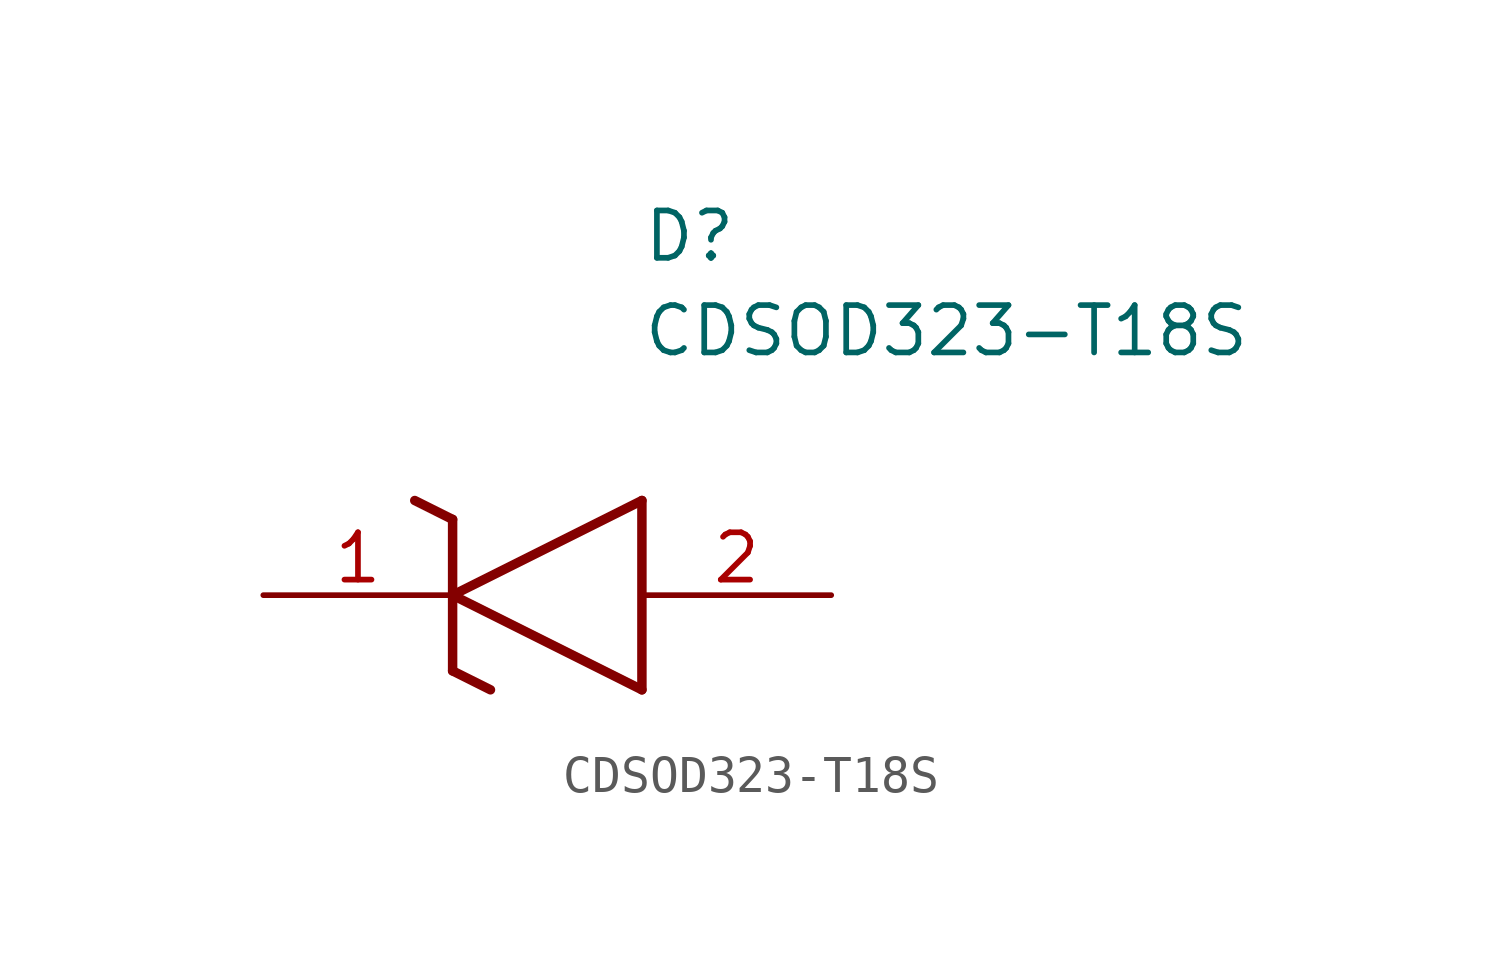
<source format=kicad_sym>
(kicad_symbol_lib
  (version 20211014)
  (generator SamacSys_ECAD_Model)
  (symbol "CDSOD323-T18S"
    (pin_names hide)
    (property "Reference" "D"
      (at 10.16 8.89 0)
      (effects (font (size 1.27 1.27)) (justify left bottom)))
    (property "Value" "CDSOD323-T18S"
      (at 10.16 6.35 0)
      (effects (font (size 1.27 1.27)) (justify left bottom)))
    (polyline
      (pts (xy 5.08 0) (xy 10.16 2.54))
      (stroke (width 0.254) (type default))
      (fill (type none)))
    (polyline
      (pts (xy 10.16 -2.54) (xy 10.16 2.54))
      (stroke (width 0.254) (type default))
      (fill (type none)))
    (polyline
      (pts (xy 10.16 -2.54) (xy 5.08 0))
      (stroke (width 0.254) (type default))
      (fill (type none)))
    (polyline
      (pts (xy 5.08 -2.032) (xy 6.096 -2.54))
      (stroke (width 0.254) (type default))
      (fill (type none)))
    (polyline
      (pts (xy 5.08 -2.032) (xy 5.08 2.032))
      (stroke (width 0.254) (type default))
      (fill (type none)))
    (polyline
      (pts (xy 4.064 2.54) (xy 5.08 2.032))
      (stroke (width 0.254) (type default))
      (fill (type none)))
    (pin passive line
      (at 0 0 0)
      (length 5.08)
      (name "K" (effects (font (size 1.27 1.27))))
      (number "1" (effects (font (size 1.27 1.27)))))
    (pin passive line
      (at 15.24 0 180)
      (length 5.08)
      (name "A" (effects (font (size 1.27 1.27))))
      (number "2" (effects (font (size 1.27 1.27)))))))
</source>
